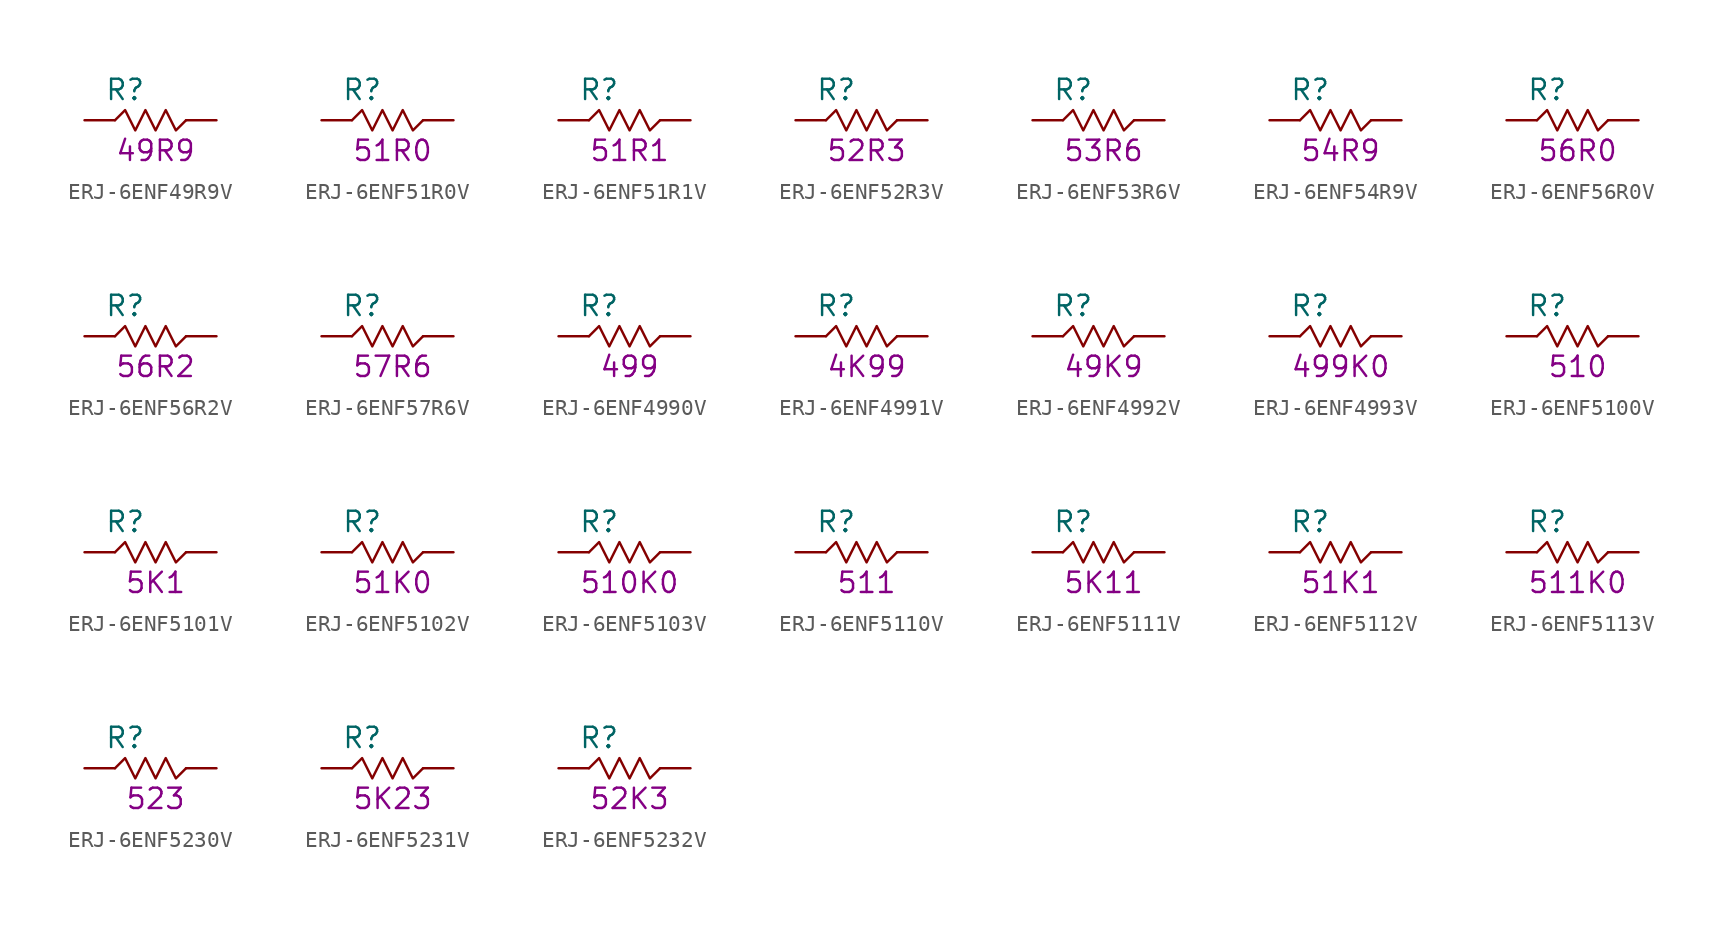
<source format=kicad_sym>
(kicad_symbol_lib
  (version 20211014)
  (generator KiCadLib_py)
  (symbol "ERJ-6ENF49R9V"
    (pin_numbers hide)
    (pin_names hide)
    (property "Reference" "R"
      (at -1.905 1.905 0)
      (effects (font (size 1.27 1.27))))
    (property "Val" "49R9"
      (at 0 -1.905 0)
      (effects (font (size 1.27 1.27))))
    (symbol "ERJ-6ENF49R9V_0_1"
      (polyline (pts (xy -2.54 0) (xy -1.905 0.635) (xy -1.27 -0.635) (xy -0.635 0.635) (xy 0 -0.635) (xy 0.635 0.635) (xy 1.27 -0.635) (xy 1.905 0)) (stroke (width 0) (type default) (color 0 0 0 0)) (fill (type none))))
    (symbol "ERJ-6ENF49R9V_1_1"
      (pin passive line (at -4.445 0 0) (length 1.905) (name "~" (effects (font (size 1.27 1.27)))) (number "1" (effects (font (size 1.27 1.27)))))
      (pin passive line (at 3.81 0 180) (length 1.905) (name "~" (effects (font (size 1.27 1.27)))) (number "2" (effects (font (size 1.27 1.27)))))))
  (symbol "ERJ-6ENF51R0V"
    (pin_numbers hide)
    (pin_names hide)
    (property "Reference" "R"
      (at -1.905 1.905 0)
      (effects (font (size 1.27 1.27))))
    (property "Val" "51R0"
      (at 0 -1.905 0)
      (effects (font (size 1.27 1.27))))
    (symbol "ERJ-6ENF51R0V_0_1"
      (polyline (pts (xy -2.54 0) (xy -1.905 0.635) (xy -1.27 -0.635) (xy -0.635 0.635) (xy 0 -0.635) (xy 0.635 0.635) (xy 1.27 -0.635) (xy 1.905 0)) (stroke (width 0) (type default) (color 0 0 0 0)) (fill (type none))))
    (symbol "ERJ-6ENF51R0V_1_1"
      (pin passive line (at -4.445 0 0) (length 1.905) (name "~" (effects (font (size 1.27 1.27)))) (number "1" (effects (font (size 1.27 1.27)))))
      (pin passive line (at 3.81 0 180) (length 1.905) (name "~" (effects (font (size 1.27 1.27)))) (number "2" (effects (font (size 1.27 1.27)))))))
  (symbol "ERJ-6ENF51R1V"
    (pin_numbers hide)
    (pin_names hide)
    (property "Reference" "R"
      (at -1.905 1.905 0)
      (effects (font (size 1.27 1.27))))
    (property "Val" "51R1"
      (at 0 -1.905 0)
      (effects (font (size 1.27 1.27))))
    (symbol "ERJ-6ENF51R1V_0_1"
      (polyline (pts (xy -2.54 0) (xy -1.905 0.635) (xy -1.27 -0.635) (xy -0.635 0.635) (xy 0 -0.635) (xy 0.635 0.635) (xy 1.27 -0.635) (xy 1.905 0)) (stroke (width 0) (type default) (color 0 0 0 0)) (fill (type none))))
    (symbol "ERJ-6ENF51R1V_1_1"
      (pin passive line (at -4.445 0 0) (length 1.905) (name "~" (effects (font (size 1.27 1.27)))) (number "1" (effects (font (size 1.27 1.27)))))
      (pin passive line (at 3.81 0 180) (length 1.905) (name "~" (effects (font (size 1.27 1.27)))) (number "2" (effects (font (size 1.27 1.27)))))))
  (symbol "ERJ-6ENF52R3V"
    (pin_numbers hide)
    (pin_names hide)
    (property "Reference" "R"
      (at -1.905 1.905 0)
      (effects (font (size 1.27 1.27))))
    (property "Val" "52R3"
      (at 0 -1.905 0)
      (effects (font (size 1.27 1.27))))
    (symbol "ERJ-6ENF52R3V_0_1"
      (polyline (pts (xy -2.54 0) (xy -1.905 0.635) (xy -1.27 -0.635) (xy -0.635 0.635) (xy 0 -0.635) (xy 0.635 0.635) (xy 1.27 -0.635) (xy 1.905 0)) (stroke (width 0) (type default) (color 0 0 0 0)) (fill (type none))))
    (symbol "ERJ-6ENF52R3V_1_1"
      (pin passive line (at -4.445 0 0) (length 1.905) (name "~" (effects (font (size 1.27 1.27)))) (number "1" (effects (font (size 1.27 1.27)))))
      (pin passive line (at 3.81 0 180) (length 1.905) (name "~" (effects (font (size 1.27 1.27)))) (number "2" (effects (font (size 1.27 1.27)))))))
  (symbol "ERJ-6ENF53R6V"
    (pin_numbers hide)
    (pin_names hide)
    (property "Reference" "R"
      (at -1.905 1.905 0)
      (effects (font (size 1.27 1.27))))
    (property "Val" "53R6"
      (at 0 -1.905 0)
      (effects (font (size 1.27 1.27))))
    (symbol "ERJ-6ENF53R6V_0_1"
      (polyline (pts (xy -2.54 0) (xy -1.905 0.635) (xy -1.27 -0.635) (xy -0.635 0.635) (xy 0 -0.635) (xy 0.635 0.635) (xy 1.27 -0.635) (xy 1.905 0)) (stroke (width 0) (type default) (color 0 0 0 0)) (fill (type none))))
    (symbol "ERJ-6ENF53R6V_1_1"
      (pin passive line (at -4.445 0 0) (length 1.905) (name "~" (effects (font (size 1.27 1.27)))) (number "1" (effects (font (size 1.27 1.27)))))
      (pin passive line (at 3.81 0 180) (length 1.905) (name "~" (effects (font (size 1.27 1.27)))) (number "2" (effects (font (size 1.27 1.27)))))))
  (symbol "ERJ-6ENF54R9V"
    (pin_numbers hide)
    (pin_names hide)
    (property "Reference" "R"
      (at -1.905 1.905 0)
      (effects (font (size 1.27 1.27))))
    (property "Val" "54R9"
      (at 0 -1.905 0)
      (effects (font (size 1.27 1.27))))
    (symbol "ERJ-6ENF54R9V_0_1"
      (polyline (pts (xy -2.54 0) (xy -1.905 0.635) (xy -1.27 -0.635) (xy -0.635 0.635) (xy 0 -0.635) (xy 0.635 0.635) (xy 1.27 -0.635) (xy 1.905 0)) (stroke (width 0) (type default) (color 0 0 0 0)) (fill (type none))))
    (symbol "ERJ-6ENF54R9V_1_1"
      (pin passive line (at -4.445 0 0) (length 1.905) (name "~" (effects (font (size 1.27 1.27)))) (number "1" (effects (font (size 1.27 1.27)))))
      (pin passive line (at 3.81 0 180) (length 1.905) (name "~" (effects (font (size 1.27 1.27)))) (number "2" (effects (font (size 1.27 1.27)))))))
  (symbol "ERJ-6ENF56R0V"
    (pin_numbers hide)
    (pin_names hide)
    (property "Reference" "R"
      (at -1.905 1.905 0)
      (effects (font (size 1.27 1.27))))
    (property "Val" "56R0"
      (at 0 -1.905 0)
      (effects (font (size 1.27 1.27))))
    (symbol "ERJ-6ENF56R0V_0_1"
      (polyline (pts (xy -2.54 0) (xy -1.905 0.635) (xy -1.27 -0.635) (xy -0.635 0.635) (xy 0 -0.635) (xy 0.635 0.635) (xy 1.27 -0.635) (xy 1.905 0)) (stroke (width 0) (type default) (color 0 0 0 0)) (fill (type none))))
    (symbol "ERJ-6ENF56R0V_1_1"
      (pin passive line (at -4.445 0 0) (length 1.905) (name "~" (effects (font (size 1.27 1.27)))) (number "1" (effects (font (size 1.27 1.27)))))
      (pin passive line (at 3.81 0 180) (length 1.905) (name "~" (effects (font (size 1.27 1.27)))) (number "2" (effects (font (size 1.27 1.27)))))))
  (symbol "ERJ-6ENF56R2V"
    (pin_numbers hide)
    (pin_names hide)
    (property "Reference" "R"
      (at -1.905 1.905 0)
      (effects (font (size 1.27 1.27))))
    (property "Val" "56R2"
      (at 0 -1.905 0)
      (effects (font (size 1.27 1.27))))
    (symbol "ERJ-6ENF56R2V_0_1"
      (polyline (pts (xy -2.54 0) (xy -1.905 0.635) (xy -1.27 -0.635) (xy -0.635 0.635) (xy 0 -0.635) (xy 0.635 0.635) (xy 1.27 -0.635) (xy 1.905 0)) (stroke (width 0) (type default) (color 0 0 0 0)) (fill (type none))))
    (symbol "ERJ-6ENF56R2V_1_1"
      (pin passive line (at -4.445 0 0) (length 1.905) (name "~" (effects (font (size 1.27 1.27)))) (number "1" (effects (font (size 1.27 1.27)))))
      (pin passive line (at 3.81 0 180) (length 1.905) (name "~" (effects (font (size 1.27 1.27)))) (number "2" (effects (font (size 1.27 1.27)))))))
  (symbol "ERJ-6ENF57R6V"
    (pin_numbers hide)
    (pin_names hide)
    (property "Reference" "R"
      (at -1.905 1.905 0)
      (effects (font (size 1.27 1.27))))
    (property "Val" "57R6"
      (at 0 -1.905 0)
      (effects (font (size 1.27 1.27))))
    (symbol "ERJ-6ENF57R6V_0_1"
      (polyline (pts (xy -2.54 0) (xy -1.905 0.635) (xy -1.27 -0.635) (xy -0.635 0.635) (xy 0 -0.635) (xy 0.635 0.635) (xy 1.27 -0.635) (xy 1.905 0)) (stroke (width 0) (type default) (color 0 0 0 0)) (fill (type none))))
    (symbol "ERJ-6ENF57R6V_1_1"
      (pin passive line (at -4.445 0 0) (length 1.905) (name "~" (effects (font (size 1.27 1.27)))) (number "1" (effects (font (size 1.27 1.27)))))
      (pin passive line (at 3.81 0 180) (length 1.905) (name "~" (effects (font (size 1.27 1.27)))) (number "2" (effects (font (size 1.27 1.27)))))))
  (symbol "ERJ-6ENF4990V"
    (pin_numbers hide)
    (pin_names hide)
    (property "Reference" "R"
      (at -1.905 1.905 0)
      (effects (font (size 1.27 1.27))))
    (property "Val" "499"
      (at 0 -1.905 0)
      (effects (font (size 1.27 1.27))))
    (symbol "ERJ-6ENF4990V_0_1"
      (polyline (pts (xy -2.54 0) (xy -1.905 0.635) (xy -1.27 -0.635) (xy -0.635 0.635) (xy 0 -0.635) (xy 0.635 0.635) (xy 1.27 -0.635) (xy 1.905 0)) (stroke (width 0) (type default) (color 0 0 0 0)) (fill (type none))))
    (symbol "ERJ-6ENF4990V_1_1"
      (pin passive line (at -4.445 0 0) (length 1.905) (name "~" (effects (font (size 1.27 1.27)))) (number "1" (effects (font (size 1.27 1.27)))))
      (pin passive line (at 3.81 0 180) (length 1.905) (name "~" (effects (font (size 1.27 1.27)))) (number "2" (effects (font (size 1.27 1.27)))))))
  (symbol "ERJ-6ENF4991V"
    (pin_numbers hide)
    (pin_names hide)
    (property "Reference" "R"
      (at -1.905 1.905 0)
      (effects (font (size 1.27 1.27))))
    (property "Val" "4K99"
      (at 0 -1.905 0)
      (effects (font (size 1.27 1.27))))
    (symbol "ERJ-6ENF4991V_0_1"
      (polyline (pts (xy -2.54 0) (xy -1.905 0.635) (xy -1.27 -0.635) (xy -0.635 0.635) (xy 0 -0.635) (xy 0.635 0.635) (xy 1.27 -0.635) (xy 1.905 0)) (stroke (width 0) (type default) (color 0 0 0 0)) (fill (type none))))
    (symbol "ERJ-6ENF4991V_1_1"
      (pin passive line (at -4.445 0 0) (length 1.905) (name "~" (effects (font (size 1.27 1.27)))) (number "1" (effects (font (size 1.27 1.27)))))
      (pin passive line (at 3.81 0 180) (length 1.905) (name "~" (effects (font (size 1.27 1.27)))) (number "2" (effects (font (size 1.27 1.27)))))))
  (symbol "ERJ-6ENF4992V"
    (pin_numbers hide)
    (pin_names hide)
    (property "Reference" "R"
      (at -1.905 1.905 0)
      (effects (font (size 1.27 1.27))))
    (property "Val" "49K9"
      (at 0 -1.905 0)
      (effects (font (size 1.27 1.27))))
    (symbol "ERJ-6ENF4992V_0_1"
      (polyline (pts (xy -2.54 0) (xy -1.905 0.635) (xy -1.27 -0.635) (xy -0.635 0.635) (xy 0 -0.635) (xy 0.635 0.635) (xy 1.27 -0.635) (xy 1.905 0)) (stroke (width 0) (type default) (color 0 0 0 0)) (fill (type none))))
    (symbol "ERJ-6ENF4992V_1_1"
      (pin passive line (at -4.445 0 0) (length 1.905) (name "~" (effects (font (size 1.27 1.27)))) (number "1" (effects (font (size 1.27 1.27)))))
      (pin passive line (at 3.81 0 180) (length 1.905) (name "~" (effects (font (size 1.27 1.27)))) (number "2" (effects (font (size 1.27 1.27)))))))
  (symbol "ERJ-6ENF4993V"
    (pin_numbers hide)
    (pin_names hide)
    (property "Reference" "R"
      (at -1.905 1.905 0)
      (effects (font (size 1.27 1.27))))
    (property "Val" "499K0"
      (at 0 -1.905 0)
      (effects (font (size 1.27 1.27))))
    (symbol "ERJ-6ENF4993V_0_1"
      (polyline (pts (xy -2.54 0) (xy -1.905 0.635) (xy -1.27 -0.635) (xy -0.635 0.635) (xy 0 -0.635) (xy 0.635 0.635) (xy 1.27 -0.635) (xy 1.905 0)) (stroke (width 0) (type default) (color 0 0 0 0)) (fill (type none))))
    (symbol "ERJ-6ENF4993V_1_1"
      (pin passive line (at -4.445 0 0) (length 1.905) (name "~" (effects (font (size 1.27 1.27)))) (number "1" (effects (font (size 1.27 1.27)))))
      (pin passive line (at 3.81 0 180) (length 1.905) (name "~" (effects (font (size 1.27 1.27)))) (number "2" (effects (font (size 1.27 1.27)))))))
  (symbol "ERJ-6ENF5100V"
    (pin_numbers hide)
    (pin_names hide)
    (property "Reference" "R"
      (at -1.905 1.905 0)
      (effects (font (size 1.27 1.27))))
    (property "Val" "510"
      (at 0 -1.905 0)
      (effects (font (size 1.27 1.27))))
    (symbol "ERJ-6ENF5100V_0_1"
      (polyline (pts (xy -2.54 0) (xy -1.905 0.635) (xy -1.27 -0.635) (xy -0.635 0.635) (xy 0 -0.635) (xy 0.635 0.635) (xy 1.27 -0.635) (xy 1.905 0)) (stroke (width 0) (type default) (color 0 0 0 0)) (fill (type none))))
    (symbol "ERJ-6ENF5100V_1_1"
      (pin passive line (at -4.445 0 0) (length 1.905) (name "~" (effects (font (size 1.27 1.27)))) (number "1" (effects (font (size 1.27 1.27)))))
      (pin passive line (at 3.81 0 180) (length 1.905) (name "~" (effects (font (size 1.27 1.27)))) (number "2" (effects (font (size 1.27 1.27)))))))
  (symbol "ERJ-6ENF5101V"
    (pin_numbers hide)
    (pin_names hide)
    (property "Reference" "R"
      (at -1.905 1.905 0)
      (effects (font (size 1.27 1.27))))
    (property "Val" "5K1"
      (at 0 -1.905 0)
      (effects (font (size 1.27 1.27))))
    (symbol "ERJ-6ENF5101V_0_1"
      (polyline (pts (xy -2.54 0) (xy -1.905 0.635) (xy -1.27 -0.635) (xy -0.635 0.635) (xy 0 -0.635) (xy 0.635 0.635) (xy 1.27 -0.635) (xy 1.905 0)) (stroke (width 0) (type default) (color 0 0 0 0)) (fill (type none))))
    (symbol "ERJ-6ENF5101V_1_1"
      (pin passive line (at -4.445 0 0) (length 1.905) (name "~" (effects (font (size 1.27 1.27)))) (number "1" (effects (font (size 1.27 1.27)))))
      (pin passive line (at 3.81 0 180) (length 1.905) (name "~" (effects (font (size 1.27 1.27)))) (number "2" (effects (font (size 1.27 1.27)))))))
  (symbol "ERJ-6ENF5102V"
    (pin_numbers hide)
    (pin_names hide)
    (property "Reference" "R"
      (at -1.905 1.905 0)
      (effects (font (size 1.27 1.27))))
    (property "Val" "51K0"
      (at 0 -1.905 0)
      (effects (font (size 1.27 1.27))))
    (symbol "ERJ-6ENF5102V_0_1"
      (polyline (pts (xy -2.54 0) (xy -1.905 0.635) (xy -1.27 -0.635) (xy -0.635 0.635) (xy 0 -0.635) (xy 0.635 0.635) (xy 1.27 -0.635) (xy 1.905 0)) (stroke (width 0) (type default) (color 0 0 0 0)) (fill (type none))))
    (symbol "ERJ-6ENF5102V_1_1"
      (pin passive line (at -4.445 0 0) (length 1.905) (name "~" (effects (font (size 1.27 1.27)))) (number "1" (effects (font (size 1.27 1.27)))))
      (pin passive line (at 3.81 0 180) (length 1.905) (name "~" (effects (font (size 1.27 1.27)))) (number "2" (effects (font (size 1.27 1.27)))))))
  (symbol "ERJ-6ENF5103V"
    (pin_numbers hide)
    (pin_names hide)
    (property "Reference" "R"
      (at -1.905 1.905 0)
      (effects (font (size 1.27 1.27))))
    (property "Val" "510K0"
      (at 0 -1.905 0)
      (effects (font (size 1.27 1.27))))
    (symbol "ERJ-6ENF5103V_0_1"
      (polyline (pts (xy -2.54 0) (xy -1.905 0.635) (xy -1.27 -0.635) (xy -0.635 0.635) (xy 0 -0.635) (xy 0.635 0.635) (xy 1.27 -0.635) (xy 1.905 0)) (stroke (width 0) (type default) (color 0 0 0 0)) (fill (type none))))
    (symbol "ERJ-6ENF5103V_1_1"
      (pin passive line (at -4.445 0 0) (length 1.905) (name "~" (effects (font (size 1.27 1.27)))) (number "1" (effects (font (size 1.27 1.27)))))
      (pin passive line (at 3.81 0 180) (length 1.905) (name "~" (effects (font (size 1.27 1.27)))) (number "2" (effects (font (size 1.27 1.27)))))))
  (symbol "ERJ-6ENF5110V"
    (pin_numbers hide)
    (pin_names hide)
    (property "Reference" "R"
      (at -1.905 1.905 0)
      (effects (font (size 1.27 1.27))))
    (property "Val" "511"
      (at 0 -1.905 0)
      (effects (font (size 1.27 1.27))))
    (symbol "ERJ-6ENF5110V_0_1"
      (polyline (pts (xy -2.54 0) (xy -1.905 0.635) (xy -1.27 -0.635) (xy -0.635 0.635) (xy 0 -0.635) (xy 0.635 0.635) (xy 1.27 -0.635) (xy 1.905 0)) (stroke (width 0) (type default) (color 0 0 0 0)) (fill (type none))))
    (symbol "ERJ-6ENF5110V_1_1"
      (pin passive line (at -4.445 0 0) (length 1.905) (name "~" (effects (font (size 1.27 1.27)))) (number "1" (effects (font (size 1.27 1.27)))))
      (pin passive line (at 3.81 0 180) (length 1.905) (name "~" (effects (font (size 1.27 1.27)))) (number "2" (effects (font (size 1.27 1.27)))))))
  (symbol "ERJ-6ENF5111V"
    (pin_numbers hide)
    (pin_names hide)
    (property "Reference" "R"
      (at -1.905 1.905 0)
      (effects (font (size 1.27 1.27))))
    (property "Val" "5K11"
      (at 0 -1.905 0)
      (effects (font (size 1.27 1.27))))
    (symbol "ERJ-6ENF5111V_0_1"
      (polyline (pts (xy -2.54 0) (xy -1.905 0.635) (xy -1.27 -0.635) (xy -0.635 0.635) (xy 0 -0.635) (xy 0.635 0.635) (xy 1.27 -0.635) (xy 1.905 0)) (stroke (width 0) (type default) (color 0 0 0 0)) (fill (type none))))
    (symbol "ERJ-6ENF5111V_1_1"
      (pin passive line (at -4.445 0 0) (length 1.905) (name "~" (effects (font (size 1.27 1.27)))) (number "1" (effects (font (size 1.27 1.27)))))
      (pin passive line (at 3.81 0 180) (length 1.905) (name "~" (effects (font (size 1.27 1.27)))) (number "2" (effects (font (size 1.27 1.27)))))))
  (symbol "ERJ-6ENF5112V"
    (pin_numbers hide)
    (pin_names hide)
    (property "Reference" "R"
      (at -1.905 1.905 0)
      (effects (font (size 1.27 1.27))))
    (property "Val" "51K1"
      (at 0 -1.905 0)
      (effects (font (size 1.27 1.27))))
    (symbol "ERJ-6ENF5112V_0_1"
      (polyline (pts (xy -2.54 0) (xy -1.905 0.635) (xy -1.27 -0.635) (xy -0.635 0.635) (xy 0 -0.635) (xy 0.635 0.635) (xy 1.27 -0.635) (xy 1.905 0)) (stroke (width 0) (type default) (color 0 0 0 0)) (fill (type none))))
    (symbol "ERJ-6ENF5112V_1_1"
      (pin passive line (at -4.445 0 0) (length 1.905) (name "~" (effects (font (size 1.27 1.27)))) (number "1" (effects (font (size 1.27 1.27)))))
      (pin passive line (at 3.81 0 180) (length 1.905) (name "~" (effects (font (size 1.27 1.27)))) (number "2" (effects (font (size 1.27 1.27)))))))
  (symbol "ERJ-6ENF5113V"
    (pin_numbers hide)
    (pin_names hide)
    (property "Reference" "R"
      (at -1.905 1.905 0)
      (effects (font (size 1.27 1.27))))
    (property "Val" "511K0"
      (at 0 -1.905 0)
      (effects (font (size 1.27 1.27))))
    (symbol "ERJ-6ENF5113V_0_1"
      (polyline (pts (xy -2.54 0) (xy -1.905 0.635) (xy -1.27 -0.635) (xy -0.635 0.635) (xy 0 -0.635) (xy 0.635 0.635) (xy 1.27 -0.635) (xy 1.905 0)) (stroke (width 0) (type default) (color 0 0 0 0)) (fill (type none))))
    (symbol "ERJ-6ENF5113V_1_1"
      (pin passive line (at -4.445 0 0) (length 1.905) (name "~" (effects (font (size 1.27 1.27)))) (number "1" (effects (font (size 1.27 1.27)))))
      (pin passive line (at 3.81 0 180) (length 1.905) (name "~" (effects (font (size 1.27 1.27)))) (number "2" (effects (font (size 1.27 1.27)))))))
  (symbol "ERJ-6ENF5230V"
    (pin_numbers hide)
    (pin_names hide)
    (property "Reference" "R"
      (at -1.905 1.905 0)
      (effects (font (size 1.27 1.27))))
    (property "Val" "523"
      (at 0 -1.905 0)
      (effects (font (size 1.27 1.27))))
    (symbol "ERJ-6ENF5230V_0_1"
      (polyline (pts (xy -2.54 0) (xy -1.905 0.635) (xy -1.27 -0.635) (xy -0.635 0.635) (xy 0 -0.635) (xy 0.635 0.635) (xy 1.27 -0.635) (xy 1.905 0)) (stroke (width 0) (type default) (color 0 0 0 0)) (fill (type none))))
    (symbol "ERJ-6ENF5230V_1_1"
      (pin passive line (at -4.445 0 0) (length 1.905) (name "~" (effects (font (size 1.27 1.27)))) (number "1" (effects (font (size 1.27 1.27)))))
      (pin passive line (at 3.81 0 180) (length 1.905) (name "~" (effects (font (size 1.27 1.27)))) (number "2" (effects (font (size 1.27 1.27)))))))
  (symbol "ERJ-6ENF5231V"
    (pin_numbers hide)
    (pin_names hide)
    (property "Reference" "R"
      (at -1.905 1.905 0)
      (effects (font (size 1.27 1.27))))
    (property "Val" "5K23"
      (at 0 -1.905 0)
      (effects (font (size 1.27 1.27))))
    (symbol "ERJ-6ENF5231V_0_1"
      (polyline (pts (xy -2.54 0) (xy -1.905 0.635) (xy -1.27 -0.635) (xy -0.635 0.635) (xy 0 -0.635) (xy 0.635 0.635) (xy 1.27 -0.635) (xy 1.905 0)) (stroke (width 0) (type default) (color 0 0 0 0)) (fill (type none))))
    (symbol "ERJ-6ENF5231V_1_1"
      (pin passive line (at -4.445 0 0) (length 1.905) (name "~" (effects (font (size 1.27 1.27)))) (number "1" (effects (font (size 1.27 1.27)))))
      (pin passive line (at 3.81 0 180) (length 1.905) (name "~" (effects (font (size 1.27 1.27)))) (number "2" (effects (font (size 1.27 1.27)))))))
  (symbol "ERJ-6ENF5232V"
    (pin_numbers hide)
    (pin_names hide)
    (property "Reference" "R"
      (at -1.905 1.905 0)
      (effects (font (size 1.27 1.27))))
    (property "Val" "52K3"
      (at 0 -1.905 0)
      (effects (font (size 1.27 1.27))))
    (symbol "ERJ-6ENF5232V_0_1"
      (polyline (pts (xy -2.54 0) (xy -1.905 0.635) (xy -1.27 -0.635) (xy -0.635 0.635) (xy 0 -0.635) (xy 0.635 0.635) (xy 1.27 -0.635) (xy 1.905 0)) (stroke (width 0) (type default) (color 0 0 0 0)) (fill (type none))))
    (symbol "ERJ-6ENF5232V_1_1"
      (pin passive line (at -4.445 0 0) (length 1.905) (name "~" (effects (font (size 1.27 1.27)))) (number "1" (effects (font (size 1.27 1.27)))))
      (pin passive line (at 3.81 0 180) (length 1.905) (name "~" (effects (font (size 1.27 1.27)))) (number "2" (effects (font (size 1.27 1.27))))))))
</source>
